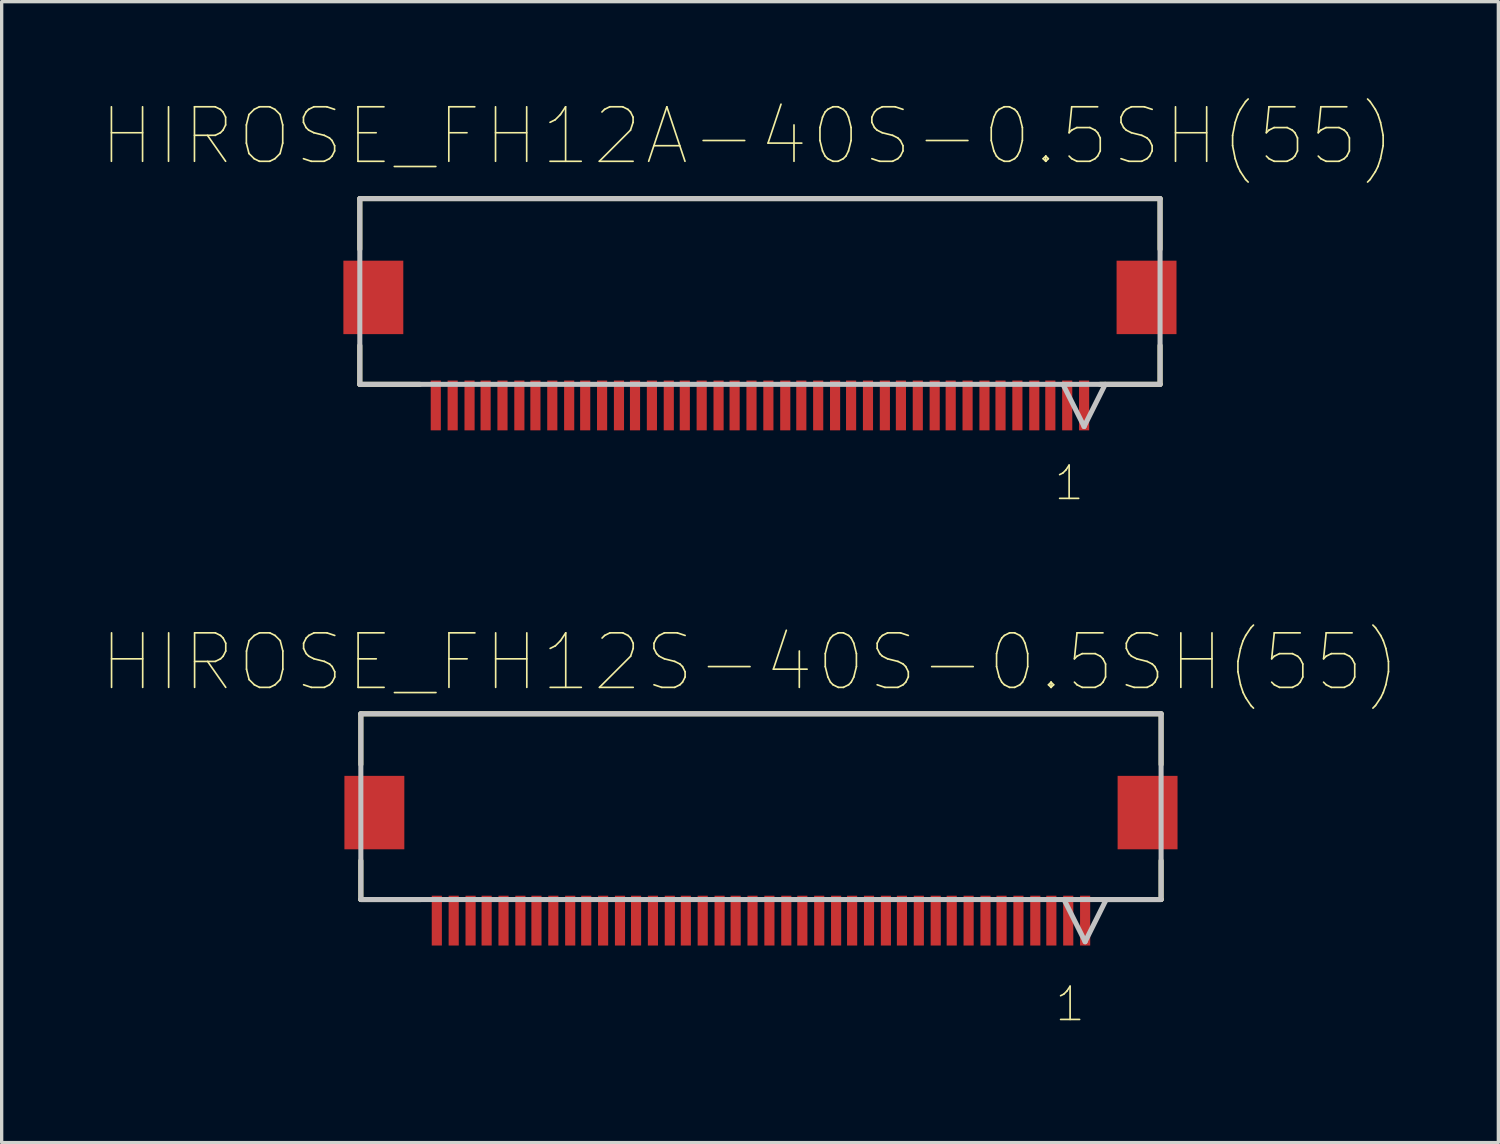
<source format=kicad_pcb>
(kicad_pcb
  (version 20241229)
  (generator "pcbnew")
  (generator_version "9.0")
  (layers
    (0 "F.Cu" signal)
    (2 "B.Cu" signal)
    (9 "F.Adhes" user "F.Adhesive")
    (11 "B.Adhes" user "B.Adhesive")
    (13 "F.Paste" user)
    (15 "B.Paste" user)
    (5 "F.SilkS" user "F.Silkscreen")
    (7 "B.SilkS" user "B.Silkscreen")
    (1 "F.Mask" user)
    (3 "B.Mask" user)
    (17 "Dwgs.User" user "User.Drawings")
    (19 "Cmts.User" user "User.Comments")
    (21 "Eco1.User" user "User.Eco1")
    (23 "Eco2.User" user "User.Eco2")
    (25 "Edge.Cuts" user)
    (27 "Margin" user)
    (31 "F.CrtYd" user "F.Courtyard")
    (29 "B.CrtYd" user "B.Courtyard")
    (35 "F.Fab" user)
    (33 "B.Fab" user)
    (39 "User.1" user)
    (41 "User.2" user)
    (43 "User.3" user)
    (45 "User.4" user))
  (footprint "HIROSE_FH12S-40S-0.5SH(55)"
    (layer "F.Cu")
    (at 19.848 28.081)
    (property "Reference" "HIROSE_FH12S-40S-0.5SH(55)" (at -0.33 -11.204 0) (layer "F.SilkS") (effects (font (size 1.64 1.64) (thickness 0.05))))
    (attr smd)
    (fp_line (start -12.04 -9.652) (end -12.04 -8.128) (stroke (width 0.152) (type solid)) (layer "F.SilkS"))
    (fp_line (start -12.04 -5.232) (end -12.04 -4.064) (stroke (width 0.152) (type solid)) (layer "F.SilkS"))
    (fp_line (start -12.04 -4.064) (end -10.236 -4.064) (stroke (width 0.152) (type solid)) (layer "F.SilkS"))
    (fp_line (start 10.236 -4.064) (end 12.04 -4.064) (stroke (width 0.152) (type solid)) (layer "F.SilkS"))
    (fp_line (start 12.04 -9.652) (end -12.04 -9.652) (stroke (width 0.152) (type solid)) (layer "F.SilkS"))
    (fp_line (start 12.04 -8.128) (end 12.04 -9.652) (stroke (width 0.152) (type solid)) (layer "F.SilkS"))
    (fp_line (start 12.04 -4.064) (end 12.04 -5.232) (stroke (width 0.152) (type solid)) (layer "F.SilkS"))
    (fp_line (start -12.04 -9.652) (end -12.04 -4.064) (stroke (width 0.152) (type solid)) (layer "Dwgs.User"))
    (fp_line (start -12.04 -4.064) (end 12.04 -4.064) (stroke (width 0.152) (type solid)) (layer "Dwgs.User"))
    (fp_line (start 9.119 -4.064) (end 9.754 -2.794) (stroke (width 0.152) (type solid)) (layer "Dwgs.User"))
    (fp_line (start 10.389 -4.064) (end 9.754 -2.794) (stroke (width 0.152) (type solid)) (layer "Dwgs.User"))
    (fp_line (start 12.04 -9.652) (end -12.04 -9.652) (stroke (width 0.152) (type solid)) (layer "Dwgs.User"))
    (fp_line (start 12.04 -4.064) (end 12.04 -9.652) (stroke (width 0.152) (type solid)) (layer "Dwgs.User"))
    (fp_text user "1" (at 9.302 -0.915 0) (layer "F.SilkS") (effects (font (size 1 1) (thickness 0.05))))
    (fp_text user "1" (at 9.253 -1.042 0) (layer "Edge.Cuts") (effects (font (size 1 1) (thickness 0.05))))
    (pad "1" smd rect (at 9.754 -3.429 270) (size 1.499 0.305) (layers "F.Cu" "F.Mask" "F.Paste"))
    (pad "2" smd rect (at 9.246 -3.429 270) (size 1.499 0.305) (layers "F.Cu" "F.Mask" "F.Paste"))
    (pad "3" smd rect (at 8.738 -3.429 270) (size 1.499 0.305) (layers "F.Cu" "F.Mask" "F.Paste"))
    (pad "4" smd rect (at 8.255 -3.429 270) (size 1.499 0.305) (layers "F.Cu" "F.Mask" "F.Paste"))
    (pad "5" smd rect (at 7.747 -3.429 270) (size 1.499 0.305) (layers "F.Cu" "F.Mask" "F.Paste"))
    (pad "6" smd rect (at 7.239 -3.429 270) (size 1.499 0.305) (layers "F.Cu" "F.Mask" "F.Paste"))
    (pad "7" smd rect (at 6.756 -3.429 270) (size 1.499 0.305) (layers "F.Cu" "F.Mask" "F.Paste"))
    (pad "8" smd rect (at 6.248 -3.429 270) (size 1.499 0.305) (layers "F.Cu" "F.Mask" "F.Paste"))
    (pad "9" smd rect (at 5.74 -3.429 270) (size 1.499 0.305) (layers "F.Cu" "F.Mask" "F.Paste"))
    (pad "10" smd rect (at 5.258 -3.429 270) (size 1.499 0.305) (layers "F.Cu" "F.Mask" "F.Paste"))
    (pad "11" smd rect (at 4.75 -3.429 270) (size 1.499 0.305) (layers "F.Cu" "F.Mask" "F.Paste"))
    (pad "12" smd rect (at 4.242 -3.429 270) (size 1.499 0.305) (layers "F.Cu" "F.Mask" "F.Paste"))
    (pad "13" smd rect (at 3.759 -3.429 270) (size 1.499 0.305) (layers "F.Cu" "F.Mask" "F.Paste"))
    (pad "14" smd rect (at 3.251 -3.429 270) (size 1.499 0.305) (layers "F.Cu" "F.Mask" "F.Paste"))
    (pad "15" smd rect (at 2.743 -3.429 270) (size 1.499 0.305) (layers "F.Cu" "F.Mask" "F.Paste"))
    (pad "16" smd rect (at 2.261 -3.429 270) (size 1.499 0.305) (layers "F.Cu" "F.Mask" "F.Paste"))
    (pad "17" smd rect (at 1.753 -3.429 270) (size 1.499 0.305) (layers "F.Cu" "F.Mask" "F.Paste"))
    (pad "18" smd rect (at 1.245 -3.429 270) (size 1.499 0.305) (layers "F.Cu" "F.Mask" "F.Paste"))
    (pad "19" smd rect (at 0.762 -3.429 270) (size 1.499 0.305) (layers "F.Cu" "F.Mask" "F.Paste"))
    (pad "20" smd rect (at 0.254 -3.429 270) (size 1.499 0.305) (layers "F.Cu" "F.Mask" "F.Paste"))
    (pad "21" smd rect (at -0.254 -3.429 270) (size 1.499 0.305) (layers "F.Cu" "F.Mask" "F.Paste"))
    (pad "22" smd rect (at -0.762 -3.429 270) (size 1.499 0.305) (layers "F.Cu" "F.Mask" "F.Paste"))
    (pad "23" smd rect (at -1.245 -3.429 270) (size 1.499 0.305) (layers "F.Cu" "F.Mask" "F.Paste"))
    (pad "24" smd rect (at -1.753 -3.429 270) (size 1.499 0.305) (layers "F.Cu" "F.Mask" "F.Paste"))
    (pad "25" smd rect (at -2.261 -3.429 270) (size 1.499 0.305) (layers "F.Cu" "F.Mask" "F.Paste"))
    (pad "26" smd rect (at -2.743 -3.429 270) (size 1.499 0.305) (layers "F.Cu" "F.Mask" "F.Paste"))
    (pad "27" smd rect (at -3.251 -3.429 270) (size 1.499 0.305) (layers "F.Cu" "F.Mask" "F.Paste"))
    (pad "28" smd rect (at -3.759 -3.429 270) (size 1.499 0.305) (layers "F.Cu" "F.Mask" "F.Paste"))
    (pad "29" smd rect (at -4.242 -3.429 270) (size 1.499 0.305) (layers "F.Cu" "F.Mask" "F.Paste"))
    (pad "30" smd rect (at -4.75 -3.429 270) (size 1.499 0.305) (layers "F.Cu" "F.Mask" "F.Paste"))
    (pad "31" smd rect (at -5.258 -3.429 270) (size 1.499 0.305) (layers "F.Cu" "F.Mask" "F.Paste"))
    (pad "32" smd rect (at -5.74 -3.429 270) (size 1.499 0.305) (layers "F.Cu" "F.Mask" "F.Paste"))
    (pad "33" smd rect (at -6.248 -3.429 270) (size 1.499 0.305) (layers "F.Cu" "F.Mask" "F.Paste"))
    (pad "34" smd rect (at -6.756 -3.429 270) (size 1.499 0.305) (layers "F.Cu" "F.Mask" "F.Paste"))
    (pad "35" smd rect (at -7.239 -3.429 270) (size 1.499 0.305) (layers "F.Cu" "F.Mask" "F.Paste"))
    (pad "36" smd rect (at -7.747 -3.429 270) (size 1.499 0.305) (layers "F.Cu" "F.Mask" "F.Paste"))
    (pad "37" smd rect (at -8.255 -3.429 270) (size 1.499 0.305) (layers "F.Cu" "F.Mask" "F.Paste"))
    (pad "38" smd rect (at -8.738 -3.429 270) (size 1.499 0.305) (layers "F.Cu" "F.Mask" "F.Paste"))
    (pad "39" smd rect (at -9.246 -3.429 270) (size 1.499 0.305) (layers "F.Cu" "F.Mask" "F.Paste"))
    (pad "40" smd rect (at -9.754 -3.429 270) (size 1.499 0.305) (layers "F.Cu" "F.Mask" "F.Paste"))
    (pad "41" smd rect (at -11.633 -6.68) (size 1.803 2.21) (layers "F.Cu" "F.Mask" "F.Paste"))
    (pad "42" smd rect (at 11.633 -6.68) (size 1.803 2.21) (layers "F.Cu" "F.Mask" "F.Paste")))
  (footprint "HIROSE_FH12A-40S-0.5SH(55)"
    (layer "F.Cu")
    (at 19.817 12.579)
    (property "Reference" "HIROSE_FH12A-40S-0.5SH(55)" (at -0.381 -11.532 0) (layer "F.SilkS") (effects (font (size 1.64 1.64) (thickness 0.05))))
    (attr smd)
    (fp_line (start -12.04 -9.652) (end -12.04 -8.128) (stroke (width 0.152) (type solid)) (layer "F.SilkS"))
    (fp_line (start -12.04 -5.232) (end -12.04 -4.064) (stroke (width 0.152) (type solid)) (layer "F.SilkS"))
    (fp_line (start -12.04 -4.064) (end -10.236 -4.064) (stroke (width 0.152) (type solid)) (layer "F.SilkS"))
    (fp_line (start 10.236 -4.064) (end 12.04 -4.064) (stroke (width 0.152) (type solid)) (layer "F.SilkS"))
    (fp_line (start 12.04 -9.652) (end -12.04 -9.652) (stroke (width 0.152) (type solid)) (layer "F.SilkS"))
    (fp_line (start 12.04 -8.128) (end 12.04 -9.652) (stroke (width 0.152) (type solid)) (layer "F.SilkS"))
    (fp_line (start 12.04 -4.064) (end 12.04 -5.232) (stroke (width 0.152) (type solid)) (layer "F.SilkS"))
    (fp_line (start -12.04 -9.652) (end -12.04 -4.064) (stroke (width 0.152) (type solid)) (layer "Dwgs.User"))
    (fp_line (start -12.04 -4.064) (end 12.04 -4.064) (stroke (width 0.152) (type solid)) (layer "Dwgs.User"))
    (fp_line (start 9.119 -4.064) (end 9.754 -2.794) (stroke (width 0.152) (type solid)) (layer "Dwgs.User"))
    (fp_line (start 10.389 -4.064) (end 9.754 -2.794) (stroke (width 0.152) (type solid)) (layer "Dwgs.User"))
    (fp_line (start 12.04 -9.652) (end -12.04 -9.652) (stroke (width 0.152) (type solid)) (layer "Dwgs.User"))
    (fp_line (start 12.04 -4.064) (end 12.04 -9.652) (stroke (width 0.152) (type solid)) (layer "Dwgs.User"))
    (fp_text user "1" (at 9.304 -1.093 0) (layer "F.SilkS") (effects (font (size 1 1) (thickness 0.05))))
    (fp_text user "1" (at 9.273 -1.042 0) (layer "Edge.Cuts") (effects (font (size 1 1) (thickness 0.05))))
    (pad "1" smd rect (at 9.754 -3.429 270) (size 1.499 0.305) (layers "F.Cu" "F.Mask" "F.Paste"))
    (pad "2" smd rect (at 9.246 -3.429 270) (size 1.499 0.305) (layers "F.Cu" "F.Mask" "F.Paste"))
    (pad "3" smd rect (at 8.738 -3.429 270) (size 1.499 0.305) (layers "F.Cu" "F.Mask" "F.Paste"))
    (pad "4" smd rect (at 8.255 -3.429 270) (size 1.499 0.305) (layers "F.Cu" "F.Mask" "F.Paste"))
    (pad "5" smd rect (at 7.747 -3.429 270) (size 1.499 0.305) (layers "F.Cu" "F.Mask" "F.Paste"))
    (pad "6" smd rect (at 7.239 -3.429 270) (size 1.499 0.305) (layers "F.Cu" "F.Mask" "F.Paste"))
    (pad "7" smd rect (at 6.756 -3.429 270) (size 1.499 0.305) (layers "F.Cu" "F.Mask" "F.Paste"))
    (pad "8" smd rect (at 6.248 -3.429 270) (size 1.499 0.305) (layers "F.Cu" "F.Mask" "F.Paste"))
    (pad "9" smd rect (at 5.74 -3.429 270) (size 1.499 0.305) (layers "F.Cu" "F.Mask" "F.Paste"))
    (pad "10" smd rect (at 5.258 -3.429 270) (size 1.499 0.305) (layers "F.Cu" "F.Mask" "F.Paste"))
    (pad "11" smd rect (at 4.75 -3.429 270) (size 1.499 0.305) (layers "F.Cu" "F.Mask" "F.Paste"))
    (pad "12" smd rect (at 4.242 -3.429 270) (size 1.499 0.305) (layers "F.Cu" "F.Mask" "F.Paste"))
    (pad "13" smd rect (at 3.759 -3.429 270) (size 1.499 0.305) (layers "F.Cu" "F.Mask" "F.Paste"))
    (pad "14" smd rect (at 3.251 -3.429 270) (size 1.499 0.305) (layers "F.Cu" "F.Mask" "F.Paste"))
    (pad "15" smd rect (at 2.743 -3.429 270) (size 1.499 0.305) (layers "F.Cu" "F.Mask" "F.Paste"))
    (pad "16" smd rect (at 2.261 -3.429 270) (size 1.499 0.305) (layers "F.Cu" "F.Mask" "F.Paste"))
    (pad "17" smd rect (at 1.753 -3.429 270) (size 1.499 0.305) (layers "F.Cu" "F.Mask" "F.Paste"))
    (pad "18" smd rect (at 1.245 -3.429 270) (size 1.499 0.305) (layers "F.Cu" "F.Mask" "F.Paste"))
    (pad "19" smd rect (at 0.762 -3.429 270) (size 1.499 0.305) (layers "F.Cu" "F.Mask" "F.Paste"))
    (pad "20" smd rect (at 0.254 -3.429 270) (size 1.499 0.305) (layers "F.Cu" "F.Mask" "F.Paste"))
    (pad "21" smd rect (at -0.254 -3.429 270) (size 1.499 0.305) (layers "F.Cu" "F.Mask" "F.Paste"))
    (pad "22" smd rect (at -0.762 -3.429 270) (size 1.499 0.305) (layers "F.Cu" "F.Mask" "F.Paste"))
    (pad "23" smd rect (at -1.245 -3.429 270) (size 1.499 0.305) (layers "F.Cu" "F.Mask" "F.Paste"))
    (pad "24" smd rect (at -1.753 -3.429 270) (size 1.499 0.305) (layers "F.Cu" "F.Mask" "F.Paste"))
    (pad "25" smd rect (at -2.261 -3.429 270) (size 1.499 0.305) (layers "F.Cu" "F.Mask" "F.Paste"))
    (pad "26" smd rect (at -2.743 -3.429 270) (size 1.499 0.305) (layers "F.Cu" "F.Mask" "F.Paste"))
    (pad "27" smd rect (at -3.251 -3.429 270) (size 1.499 0.305) (layers "F.Cu" "F.Mask" "F.Paste"))
    (pad "28" smd rect (at -3.759 -3.429 270) (size 1.499 0.305) (layers "F.Cu" "F.Mask" "F.Paste"))
    (pad "29" smd rect (at -4.242 -3.429 270) (size 1.499 0.305) (layers "F.Cu" "F.Mask" "F.Paste"))
    (pad "30" smd rect (at -4.75 -3.429 270) (size 1.499 0.305) (layers "F.Cu" "F.Mask" "F.Paste"))
    (pad "31" smd rect (at -5.258 -3.429 270) (size 1.499 0.305) (layers "F.Cu" "F.Mask" "F.Paste"))
    (pad "32" smd rect (at -5.74 -3.429 270) (size 1.499 0.305) (layers "F.Cu" "F.Mask" "F.Paste"))
    (pad "33" smd rect (at -6.248 -3.429 270) (size 1.499 0.305) (layers "F.Cu" "F.Mask" "F.Paste"))
    (pad "34" smd rect (at -6.756 -3.429 270) (size 1.499 0.305) (layers "F.Cu" "F.Mask" "F.Paste"))
    (pad "35" smd rect (at -7.239 -3.429 270) (size 1.499 0.305) (layers "F.Cu" "F.Mask" "F.Paste"))
    (pad "36" smd rect (at -7.747 -3.429 270) (size 1.499 0.305) (layers "F.Cu" "F.Mask" "F.Paste"))
    (pad "37" smd rect (at -8.255 -3.429 270) (size 1.499 0.305) (layers "F.Cu" "F.Mask" "F.Paste"))
    (pad "38" smd rect (at -8.738 -3.429 270) (size 1.499 0.305) (layers "F.Cu" "F.Mask" "F.Paste"))
    (pad "39" smd rect (at -9.246 -3.429 270) (size 1.499 0.305) (layers "F.Cu" "F.Mask" "F.Paste"))
    (pad "40" smd rect (at -9.754 -3.429 270) (size 1.499 0.305) (layers "F.Cu" "F.Mask" "F.Paste"))
    (pad "41" smd rect (at -11.633 -6.68) (size 1.803 2.21) (layers "F.Cu" "F.Mask" "F.Paste"))
    (pad "42" smd rect (at 11.633 -6.68) (size 1.803 2.21) (layers "F.Cu" "F.Mask" "F.Paste")))
  (gr_rect
    (start -3 -3)
    (end 42.036 31.331)
    (stroke (width 0.1) (type default))
    (fill no)
    (layer "Edge.Cuts")))
</source>
